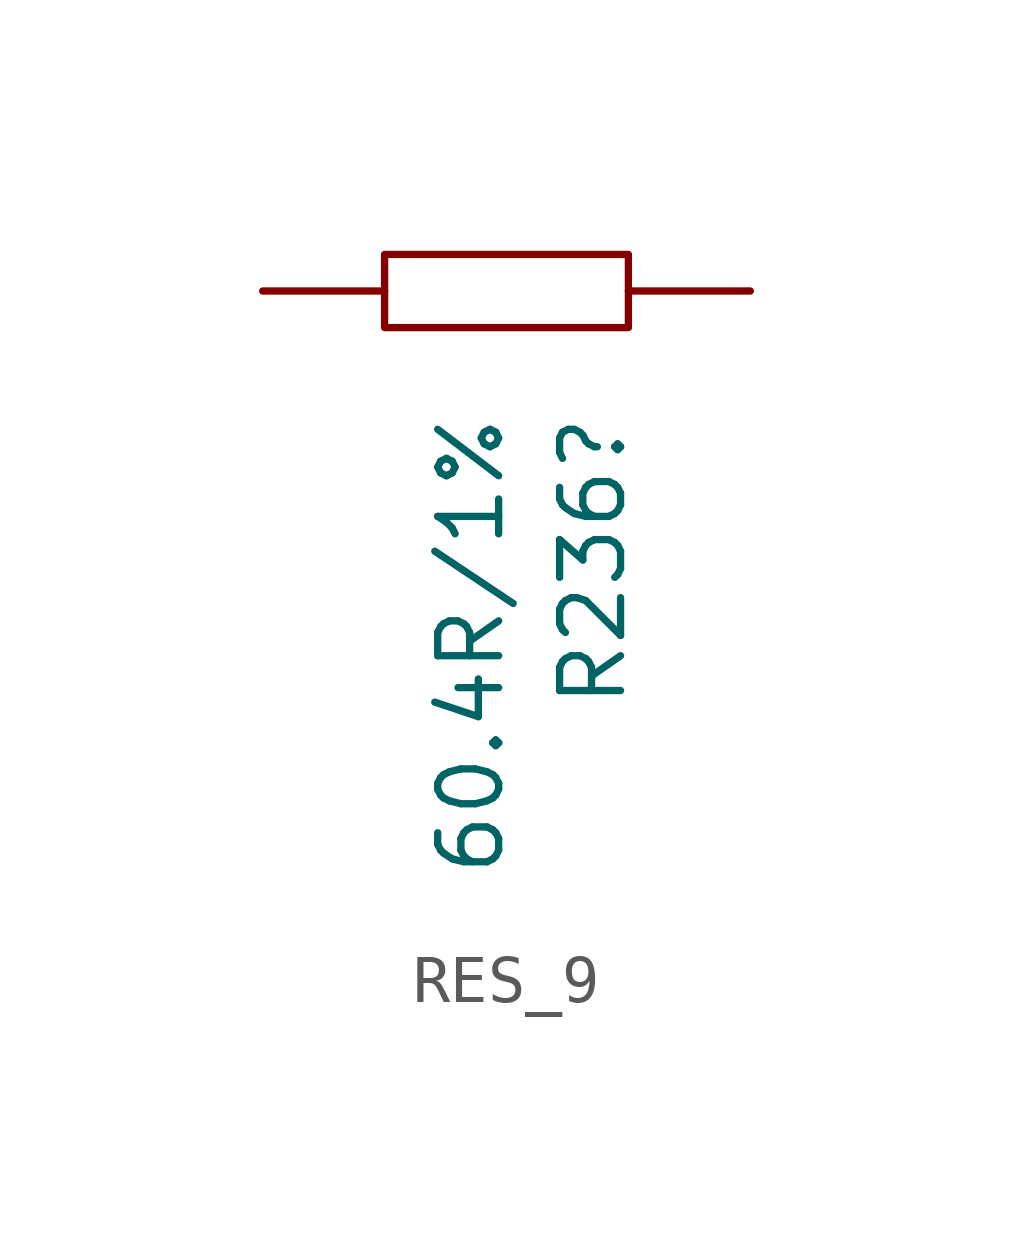
<source format=kicad_sym>
(kicad_symbol_lib
  (version 20241209)
  (generator "kicad_symbol_editor")
  (generator_version "9.0")
  (symbol "RES_9"
    (pin_numbers
      (hide yes))
    (pin_names
      (hide yes))
    (property "Reference" "R236"
      (at 5.08 -5.08 90)
      (effects (font (size 1.27 1.27)) (justify right bottom)))
    (property "Value" "60.4R/1%"
      (at 2.54 -5.08 90)
      (effects (font (size 1.27 1.27)) (justify right bottom)))
    (symbol "RES_9_1_0"
      (rectangle (start 0 -1.778) (end 5.08 -3.302) (stroke (width 0) (type default)) (fill (type none)))
      (pin passive line (at -2.54 -2.54 0) (length 2.54) (name "1" (effects (font (size 1.27 1.27)))) (number "1" (effects (font (size 1.27 1.27)))))
      (pin passive line (at 7.62 -2.54 180) (length 2.54) (name "2" (effects (font (size 1.27 1.27)))) (number "2" (effects (font (size 1.27 1.27))))))))
</source>
